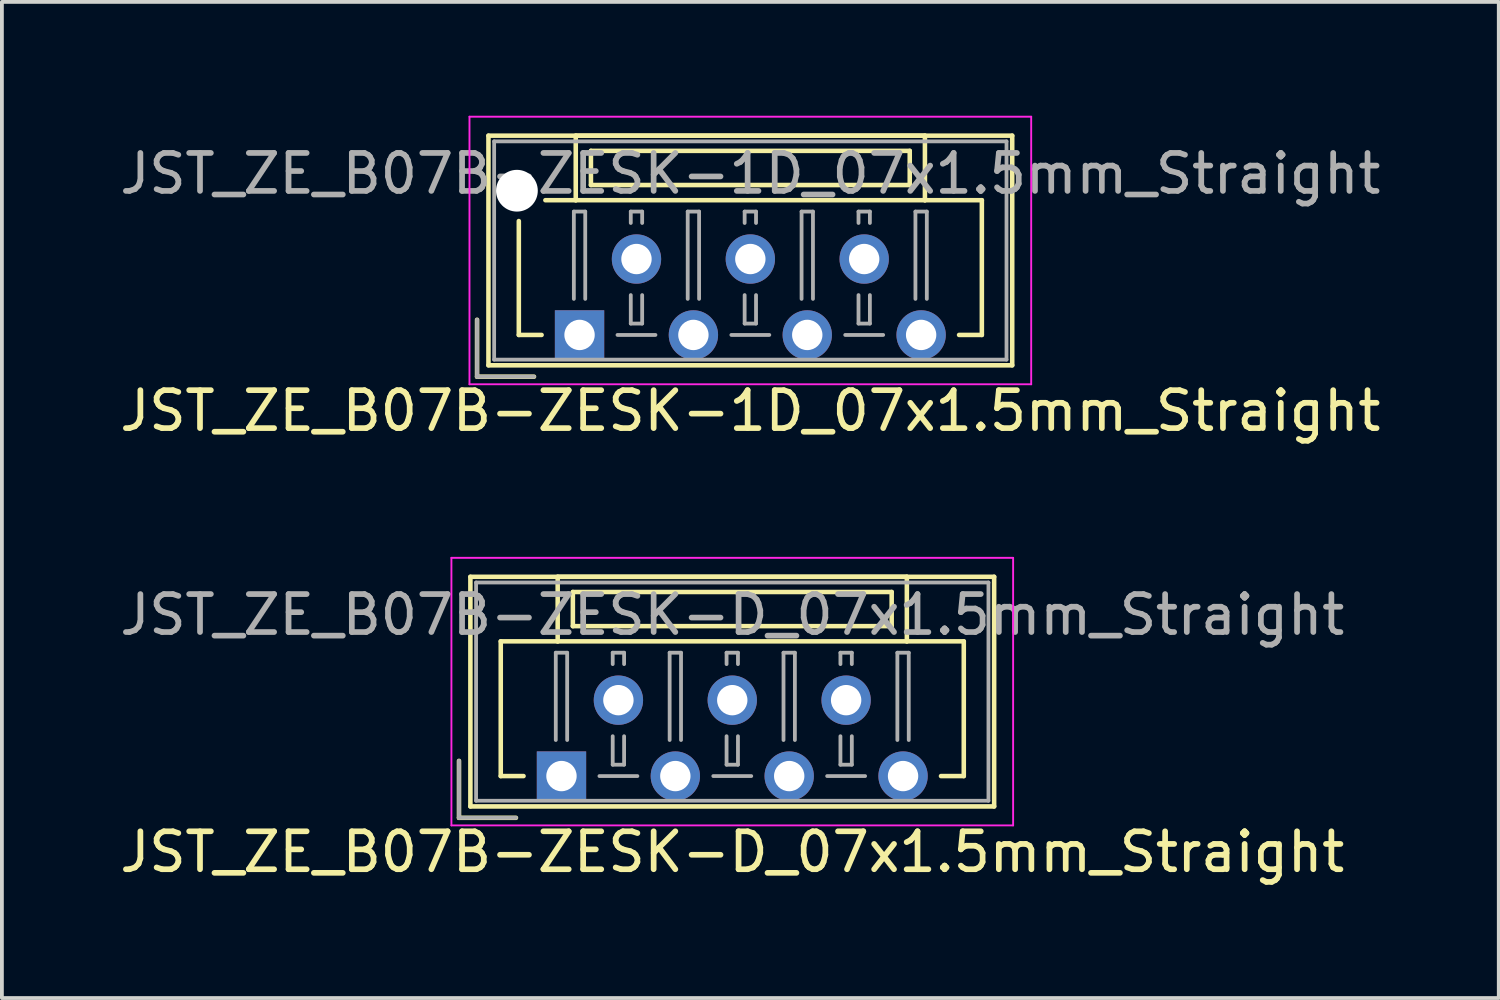
<source format=kicad_pcb>
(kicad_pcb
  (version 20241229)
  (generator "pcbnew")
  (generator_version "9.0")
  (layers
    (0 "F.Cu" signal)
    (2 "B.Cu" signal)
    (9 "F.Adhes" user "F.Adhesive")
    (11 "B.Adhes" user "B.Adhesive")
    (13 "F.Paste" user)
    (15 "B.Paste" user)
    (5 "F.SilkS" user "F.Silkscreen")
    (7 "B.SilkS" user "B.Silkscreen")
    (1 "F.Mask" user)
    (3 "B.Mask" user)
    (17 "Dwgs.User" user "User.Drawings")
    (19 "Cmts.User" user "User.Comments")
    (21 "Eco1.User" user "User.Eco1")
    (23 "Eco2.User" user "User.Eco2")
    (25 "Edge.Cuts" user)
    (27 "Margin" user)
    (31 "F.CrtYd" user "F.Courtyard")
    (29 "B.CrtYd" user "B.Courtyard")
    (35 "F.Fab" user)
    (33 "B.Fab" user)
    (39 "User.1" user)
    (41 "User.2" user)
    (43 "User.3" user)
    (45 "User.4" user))
  (footprint "JST_ZE_B07B-ZESK-1D_07x1.5mm_Straight"
    (layer "F.Cu")
    (at 12.22 5.775)
    (property "Reference" "JST_ZE_B07B-ZESK-1D_07x1.5mm_Straight" (at 4.5 2 0) (layer "F.SilkS") (effects (font (size 1 1) (thickness 0.15))))
    (attr through_hole)
    (fp_line (start -2.7 -0.4) (end -2.7 1.1) (stroke (width 0.12) (type solid)) (layer "F.SilkS"))
    (fp_line (start -2.7 1.1) (end -1.2 1.1) (stroke (width 0.12) (type solid)) (layer "F.SilkS"))
    (fp_line (start -2.4 -5.25) (end -2.4 0.8) (stroke (width 0.12) (type solid)) (layer "F.SilkS"))
    (fp_line (start -2.4 0.8) (end 11.4 0.8) (stroke (width 0.12) (type solid)) (layer "F.SilkS"))
    (fp_line (start -1.6 -3) (end -1.6 0) (stroke (width 0.12) (type solid)) (layer "F.SilkS"))
    (fp_line (start -1.6 0) (end -1 0) (stroke (width 0.12) (type solid)) (layer "F.SilkS"))
    (fp_line (start -0.1 -5.25) (end -0.1 -3.55) (stroke (width 0.12) (type solid)) (layer "F.SilkS"))
    (fp_line (start -0.1 -3.55) (end -0.9 -3.55) (stroke (width 0.12) (type solid)) (layer "F.SilkS"))
    (fp_line (start -0.1 -3.55) (end 9.1 -3.55) (stroke (width 0.12) (type solid)) (layer "F.SilkS"))
    (fp_line (start 0.3 -4.85) (end 0.3 -3.95) (stroke (width 0.12) (type solid)) (layer "F.SilkS"))
    (fp_line (start 0.3 -3.95) (end 8.7 -3.95) (stroke (width 0.12) (type solid)) (layer "F.SilkS"))
    (fp_line (start 8.7 -4.85) (end 0.3 -4.85) (stroke (width 0.12) (type solid)) (layer "F.SilkS"))
    (fp_line (start 8.7 -3.95) (end 8.7 -4.85) (stroke (width 0.12) (type solid)) (layer "F.SilkS"))
    (fp_line (start 9.1 -5.25) (end -0.1 -5.25) (stroke (width 0.12) (type solid)) (layer "F.SilkS"))
    (fp_line (start 9.1 -3.55) (end 9.1 -5.25) (stroke (width 0.12) (type solid)) (layer "F.SilkS"))
    (fp_line (start 9.1 -3.55) (end 10.6 -3.55) (stroke (width 0.12) (type solid)) (layer "F.SilkS"))
    (fp_line (start 10.6 -3.55) (end 10.6 0) (stroke (width 0.12) (type solid)) (layer "F.SilkS"))
    (fp_line (start 10.6 0) (end 10 0) (stroke (width 0.12) (type solid)) (layer "F.SilkS"))
    (fp_line (start 11.4 -5.25) (end -2.4 -5.25) (stroke (width 0.12) (type solid)) (layer "F.SilkS"))
    (fp_line (start 11.4 0.8) (end 11.4 -5.25) (stroke (width 0.12) (type solid)) (layer "F.SilkS"))
    (fp_line (start -2.9 -5.75) (end -2.9 1.3) (stroke (width 0.05) (type solid)) (layer "F.CrtYd"))
    (fp_line (start -2.9 1.3) (end 11.9 1.3) (stroke (width 0.05) (type solid)) (layer "F.CrtYd"))
    (fp_line (start 11.9 -5.75) (end -2.9 -5.75) (stroke (width 0.05) (type solid)) (layer "F.CrtYd"))
    (fp_line (start 11.9 1.3) (end 11.9 -5.75) (stroke (width 0.05) (type solid)) (layer "F.CrtYd"))
    (fp_line (start -2.7 -0.4) (end -2.7 1.1) (stroke (width 0.1) (type solid)) (layer "F.Fab"))
    (fp_line (start -2.7 1.1) (end -1.2 1.1) (stroke (width 0.1) (type solid)) (layer "F.Fab"))
    (fp_line (start -2.25 -5.1) (end -2.25 0.65) (stroke (width 0.1) (type solid)) (layer "F.Fab"))
    (fp_line (start -2.25 0.65) (end 11.25 0.65) (stroke (width 0.1) (type solid)) (layer "F.Fab"))
    (fp_line (start -0.15 -3.25) (end 0.15 -3.25) (stroke (width 0.1) (type solid)) (layer "F.Fab"))
    (fp_line (start -0.15 -0.95) (end -0.15 -3.25) (stroke (width 0.1) (type solid)) (layer "F.Fab"))
    (fp_line (start 0.15 -3.25) (end 0.15 -0.95) (stroke (width 0.1) (type solid)) (layer "F.Fab"))
    (fp_line (start 1 0) (end 2 0) (stroke (width 0.1) (type solid)) (layer "F.Fab"))
    (fp_line (start 1.35 -3.25) (end 1.65 -3.25) (stroke (width 0.1) (type solid)) (layer "F.Fab"))
    (fp_line (start 1.35 -2.95) (end 1.35 -3.25) (stroke (width 0.1) (type solid)) (layer "F.Fab"))
    (fp_line (start 1.35 -1.05) (end 1.35 -0.3) (stroke (width 0.1) (type solid)) (layer "F.Fab"))
    (fp_line (start 1.35 -0.3) (end 1.65 -0.3) (stroke (width 0.1) (type solid)) (layer "F.Fab"))
    (fp_line (start 1.65 -3.25) (end 1.65 -2.95) (stroke (width 0.1) (type solid)) (layer "F.Fab"))
    (fp_line (start 1.65 -0.3) (end 1.65 -1.05) (stroke (width 0.1) (type solid)) (layer "F.Fab"))
    (fp_line (start 2.85 -3.25) (end 3.15 -3.25) (stroke (width 0.1) (type solid)) (layer "F.Fab"))
    (fp_line (start 2.85 -0.95) (end 2.85 -3.25) (stroke (width 0.1) (type solid)) (layer "F.Fab"))
    (fp_line (start 3.15 -3.25) (end 3.15 -0.95) (stroke (width 0.1) (type solid)) (layer "F.Fab"))
    (fp_line (start 4 0) (end 5 0) (stroke (width 0.1) (type solid)) (layer "F.Fab"))
    (fp_line (start 4.35 -3.25) (end 4.65 -3.25) (stroke (width 0.1) (type solid)) (layer "F.Fab"))
    (fp_line (start 4.35 -2.95) (end 4.35 -3.25) (stroke (width 0.1) (type solid)) (layer "F.Fab"))
    (fp_line (start 4.35 -1.05) (end 4.35 -0.3) (stroke (width 0.1) (type solid)) (layer "F.Fab"))
    (fp_line (start 4.35 -0.3) (end 4.65 -0.3) (stroke (width 0.1) (type solid)) (layer "F.Fab"))
    (fp_line (start 4.65 -3.25) (end 4.65 -2.95) (stroke (width 0.1) (type solid)) (layer "F.Fab"))
    (fp_line (start 4.65 -0.3) (end 4.65 -1.05) (stroke (width 0.1) (type solid)) (layer "F.Fab"))
    (fp_line (start 5.85 -3.25) (end 6.15 -3.25) (stroke (width 0.1) (type solid)) (layer "F.Fab"))
    (fp_line (start 5.85 -0.95) (end 5.85 -3.25) (stroke (width 0.1) (type solid)) (layer "F.Fab"))
    (fp_line (start 6.15 -3.25) (end 6.15 -0.95) (stroke (width 0.1) (type solid)) (layer "F.Fab"))
    (fp_line (start 7 0) (end 8 0) (stroke (width 0.1) (type solid)) (layer "F.Fab"))
    (fp_line (start 7.35 -3.25) (end 7.65 -3.25) (stroke (width 0.1) (type solid)) (layer "F.Fab"))
    (fp_line (start 7.35 -2.95) (end 7.35 -3.25) (stroke (width 0.1) (type solid)) (layer "F.Fab"))
    (fp_line (start 7.35 -1.05) (end 7.35 -0.3) (stroke (width 0.1) (type solid)) (layer "F.Fab"))
    (fp_line (start 7.35 -0.3) (end 7.65 -0.3) (stroke (width 0.1) (type solid)) (layer "F.Fab"))
    (fp_line (start 7.65 -3.25) (end 7.65 -2.95) (stroke (width 0.1) (type solid)) (layer "F.Fab"))
    (fp_line (start 7.65 -0.3) (end 7.65 -1.05) (stroke (width 0.1) (type solid)) (layer "F.Fab"))
    (fp_line (start 8.85 -3.25) (end 9.15 -3.25) (stroke (width 0.1) (type solid)) (layer "F.Fab"))
    (fp_line (start 8.85 -0.95) (end 8.85 -3.25) (stroke (width 0.1) (type solid)) (layer "F.Fab"))
    (fp_line (start 9.15 -3.25) (end 9.15 -0.95) (stroke (width 0.1) (type solid)) (layer "F.Fab"))
    (fp_line (start 11.25 -5.1) (end -2.25 -5.1) (stroke (width 0.1) (type solid)) (layer "F.Fab"))
    (fp_line (start 11.25 0.65) (end 11.25 -5.1) (stroke (width 0.1) (type solid)) (layer "F.Fab"))
    (fp_text user "${REFERENCE}" (at 4.5 -4.25 0) (layer "F.Fab") (effects (font (size 1 1) (thickness 0.15))))
    (pad "" np_thru_hole circle (at -1.65 -3.8) (size 1.1 1.1) (drill 1.1) (layers "*.Cu"))
    (pad "1" thru_hole rect (at 0 0) (size 1.3 1.3) (drill 0.8) (layers "*.Cu" "*.Mask"))
    (pad "2" thru_hole circle (at 1.5 -2) (size 1.3 1.3) (drill 0.8) (layers "*.Cu" "*.Mask"))
    (pad "3" thru_hole circle (at 3 0) (size 1.3 1.3) (drill 0.8) (layers "*.Cu" "*.Mask"))
    (pad "4" thru_hole circle (at 4.5 -2) (size 1.3 1.3) (drill 0.8) (layers "*.Cu" "*.Mask"))
    (pad "5" thru_hole circle (at 6 0) (size 1.3 1.3) (drill 0.8) (layers "*.Cu" "*.Mask"))
    (pad "6" thru_hole circle (at 7.5 -2) (size 1.3 1.3) (drill 0.8) (layers "*.Cu" "*.Mask"))
    (pad "7" thru_hole circle (at 9 0) (size 1.3 1.3) (drill 0.8) (layers "*.Cu" "*.Mask")))
  (footprint "JST_ZE_B07B-ZESK-D_07x1.5mm_Straight"
    (layer "F.Cu")
    (at 11.744 17.398)
    (property "Reference" "JST_ZE_B07B-ZESK-D_07x1.5mm_Straight" (at 4.5 2 0) (layer "F.SilkS") (effects (font (size 1 1) (thickness 0.15))))
    (attr through_hole)
    (fp_line (start -2.7 -0.4) (end -2.7 1.1) (stroke (width 0.12) (type solid)) (layer "F.SilkS"))
    (fp_line (start -2.7 1.1) (end -1.2 1.1) (stroke (width 0.12) (type solid)) (layer "F.SilkS"))
    (fp_line (start -2.4 -5.25) (end -2.4 0.8) (stroke (width 0.12) (type solid)) (layer "F.SilkS"))
    (fp_line (start -2.4 0.8) (end 11.4 0.8) (stroke (width 0.12) (type solid)) (layer "F.SilkS"))
    (fp_line (start -1.6 -3.55) (end -1.6 0) (stroke (width 0.12) (type solid)) (layer "F.SilkS"))
    (fp_line (start -1.6 0) (end -1 0) (stroke (width 0.12) (type solid)) (layer "F.SilkS"))
    (fp_line (start -0.1 -5.25) (end -0.1 -3.55) (stroke (width 0.12) (type solid)) (layer "F.SilkS"))
    (fp_line (start -0.1 -3.55) (end -1.6 -3.55) (stroke (width 0.12) (type solid)) (layer "F.SilkS"))
    (fp_line (start -0.1 -3.55) (end 9.1 -3.55) (stroke (width 0.12) (type solid)) (layer "F.SilkS"))
    (fp_line (start 0.3 -4.85) (end 0.3 -3.95) (stroke (width 0.12) (type solid)) (layer "F.SilkS"))
    (fp_line (start 0.3 -3.95) (end 8.7 -3.95) (stroke (width 0.12) (type solid)) (layer "F.SilkS"))
    (fp_line (start 8.7 -4.85) (end 0.3 -4.85) (stroke (width 0.12) (type solid)) (layer "F.SilkS"))
    (fp_line (start 8.7 -3.95) (end 8.7 -4.85) (stroke (width 0.12) (type solid)) (layer "F.SilkS"))
    (fp_line (start 9.1 -5.25) (end -0.1 -5.25) (stroke (width 0.12) (type solid)) (layer "F.SilkS"))
    (fp_line (start 9.1 -3.55) (end 9.1 -5.25) (stroke (width 0.12) (type solid)) (layer "F.SilkS"))
    (fp_line (start 9.1 -3.55) (end 10.6 -3.55) (stroke (width 0.12) (type solid)) (layer "F.SilkS"))
    (fp_line (start 10.6 -3.55) (end 10.6 0) (stroke (width 0.12) (type solid)) (layer "F.SilkS"))
    (fp_line (start 10.6 0) (end 10 0) (stroke (width 0.12) (type solid)) (layer "F.SilkS"))
    (fp_line (start 11.4 -5.25) (end -2.4 -5.25) (stroke (width 0.12) (type solid)) (layer "F.SilkS"))
    (fp_line (start 11.4 0.8) (end 11.4 -5.25) (stroke (width 0.12) (type solid)) (layer "F.SilkS"))
    (fp_line (start -2.9 -5.75) (end -2.9 1.3) (stroke (width 0.05) (type solid)) (layer "F.CrtYd"))
    (fp_line (start -2.9 1.3) (end 11.9 1.3) (stroke (width 0.05) (type solid)) (layer "F.CrtYd"))
    (fp_line (start 11.9 -5.75) (end -2.9 -5.75) (stroke (width 0.05) (type solid)) (layer "F.CrtYd"))
    (fp_line (start 11.9 1.3) (end 11.9 -5.75) (stroke (width 0.05) (type solid)) (layer "F.CrtYd"))
    (fp_line (start -2.7 -0.4) (end -2.7 1.1) (stroke (width 0.1) (type solid)) (layer "F.Fab"))
    (fp_line (start -2.7 1.1) (end -1.2 1.1) (stroke (width 0.1) (type solid)) (layer "F.Fab"))
    (fp_line (start -2.25 -5.1) (end -2.25 0.65) (stroke (width 0.1) (type solid)) (layer "F.Fab"))
    (fp_line (start -2.25 0.65) (end 11.25 0.65) (stroke (width 0.1) (type solid)) (layer "F.Fab"))
    (fp_line (start -0.15 -3.25) (end 0.15 -3.25) (stroke (width 0.1) (type solid)) (layer "F.Fab"))
    (fp_line (start -0.15 -0.95) (end -0.15 -3.25) (stroke (width 0.1) (type solid)) (layer "F.Fab"))
    (fp_line (start 0.15 -3.25) (end 0.15 -0.95) (stroke (width 0.1) (type solid)) (layer "F.Fab"))
    (fp_line (start 1 0) (end 2 0) (stroke (width 0.1) (type solid)) (layer "F.Fab"))
    (fp_line (start 1.35 -3.25) (end 1.65 -3.25) (stroke (width 0.1) (type solid)) (layer "F.Fab"))
    (fp_line (start 1.35 -2.95) (end 1.35 -3.25) (stroke (width 0.1) (type solid)) (layer "F.Fab"))
    (fp_line (start 1.35 -1.05) (end 1.35 -0.3) (stroke (width 0.1) (type solid)) (layer "F.Fab"))
    (fp_line (start 1.35 -0.3) (end 1.65 -0.3) (stroke (width 0.1) (type solid)) (layer "F.Fab"))
    (fp_line (start 1.65 -3.25) (end 1.65 -2.95) (stroke (width 0.1) (type solid)) (layer "F.Fab"))
    (fp_line (start 1.65 -0.3) (end 1.65 -1.05) (stroke (width 0.1) (type solid)) (layer "F.Fab"))
    (fp_line (start 2.85 -3.25) (end 3.15 -3.25) (stroke (width 0.1) (type solid)) (layer "F.Fab"))
    (fp_line (start 2.85 -0.95) (end 2.85 -3.25) (stroke (width 0.1) (type solid)) (layer "F.Fab"))
    (fp_line (start 3.15 -3.25) (end 3.15 -0.95) (stroke (width 0.1) (type solid)) (layer "F.Fab"))
    (fp_line (start 4 0) (end 5 0) (stroke (width 0.1) (type solid)) (layer "F.Fab"))
    (fp_line (start 4.35 -3.25) (end 4.65 -3.25) (stroke (width 0.1) (type solid)) (layer "F.Fab"))
    (fp_line (start 4.35 -2.95) (end 4.35 -3.25) (stroke (width 0.1) (type solid)) (layer "F.Fab"))
    (fp_line (start 4.35 -1.05) (end 4.35 -0.3) (stroke (width 0.1) (type solid)) (layer "F.Fab"))
    (fp_line (start 4.35 -0.3) (end 4.65 -0.3) (stroke (width 0.1) (type solid)) (layer "F.Fab"))
    (fp_line (start 4.65 -3.25) (end 4.65 -2.95) (stroke (width 0.1) (type solid)) (layer "F.Fab"))
    (fp_line (start 4.65 -0.3) (end 4.65 -1.05) (stroke (width 0.1) (type solid)) (layer "F.Fab"))
    (fp_line (start 5.85 -3.25) (end 6.15 -3.25) (stroke (width 0.1) (type solid)) (layer "F.Fab"))
    (fp_line (start 5.85 -0.95) (end 5.85 -3.25) (stroke (width 0.1) (type solid)) (layer "F.Fab"))
    (fp_line (start 6.15 -3.25) (end 6.15 -0.95) (stroke (width 0.1) (type solid)) (layer "F.Fab"))
    (fp_line (start 7 0) (end 8 0) (stroke (width 0.1) (type solid)) (layer "F.Fab"))
    (fp_line (start 7.35 -3.25) (end 7.65 -3.25) (stroke (width 0.1) (type solid)) (layer "F.Fab"))
    (fp_line (start 7.35 -2.95) (end 7.35 -3.25) (stroke (width 0.1) (type solid)) (layer "F.Fab"))
    (fp_line (start 7.35 -1.05) (end 7.35 -0.3) (stroke (width 0.1) (type solid)) (layer "F.Fab"))
    (fp_line (start 7.35 -0.3) (end 7.65 -0.3) (stroke (width 0.1) (type solid)) (layer "F.Fab"))
    (fp_line (start 7.65 -3.25) (end 7.65 -2.95) (stroke (width 0.1) (type solid)) (layer "F.Fab"))
    (fp_line (start 7.65 -0.3) (end 7.65 -1.05) (stroke (width 0.1) (type solid)) (layer "F.Fab"))
    (fp_line (start 8.85 -3.25) (end 9.15 -3.25) (stroke (width 0.1) (type solid)) (layer "F.Fab"))
    (fp_line (start 8.85 -0.95) (end 8.85 -3.25) (stroke (width 0.1) (type solid)) (layer "F.Fab"))
    (fp_line (start 9.15 -3.25) (end 9.15 -0.95) (stroke (width 0.1) (type solid)) (layer "F.Fab"))
    (fp_line (start 11.25 -5.1) (end -2.25 -5.1) (stroke (width 0.1) (type solid)) (layer "F.Fab"))
    (fp_line (start 11.25 0.65) (end 11.25 -5.1) (stroke (width 0.1) (type solid)) (layer "F.Fab"))
    (fp_text user "${REFERENCE}" (at 4.5 -4.25 0) (layer "F.Fab") (effects (font (size 1 1) (thickness 0.15))))
    (pad "1" thru_hole rect (at 0 0) (size 1.3 1.3) (drill 0.8) (layers "*.Cu" "*.Mask"))
    (pad "2" thru_hole circle (at 1.5 -2) (size 1.3 1.3) (drill 0.8) (layers "*.Cu" "*.Mask"))
    (pad "3" thru_hole circle (at 3 0) (size 1.3 1.3) (drill 0.8) (layers "*.Cu" "*.Mask"))
    (pad "4" thru_hole circle (at 4.5 -2) (size 1.3 1.3) (drill 0.8) (layers "*.Cu" "*.Mask"))
    (pad "5" thru_hole circle (at 6 0) (size 1.3 1.3) (drill 0.8) (layers "*.Cu" "*.Mask"))
    (pad "6" thru_hole circle (at 7.5 -2) (size 1.3 1.3) (drill 0.8) (layers "*.Cu" "*.Mask"))
    (pad "7" thru_hole circle (at 9 0) (size 1.3 1.3) (drill 0.8) (layers "*.Cu" "*.Mask")))
  (gr_rect
    (start -3 -3)
    (end 36.44 23.247)
    (stroke (width 0.1) (type default))
    (fill no)
    (layer "Edge.Cuts")))
</source>
